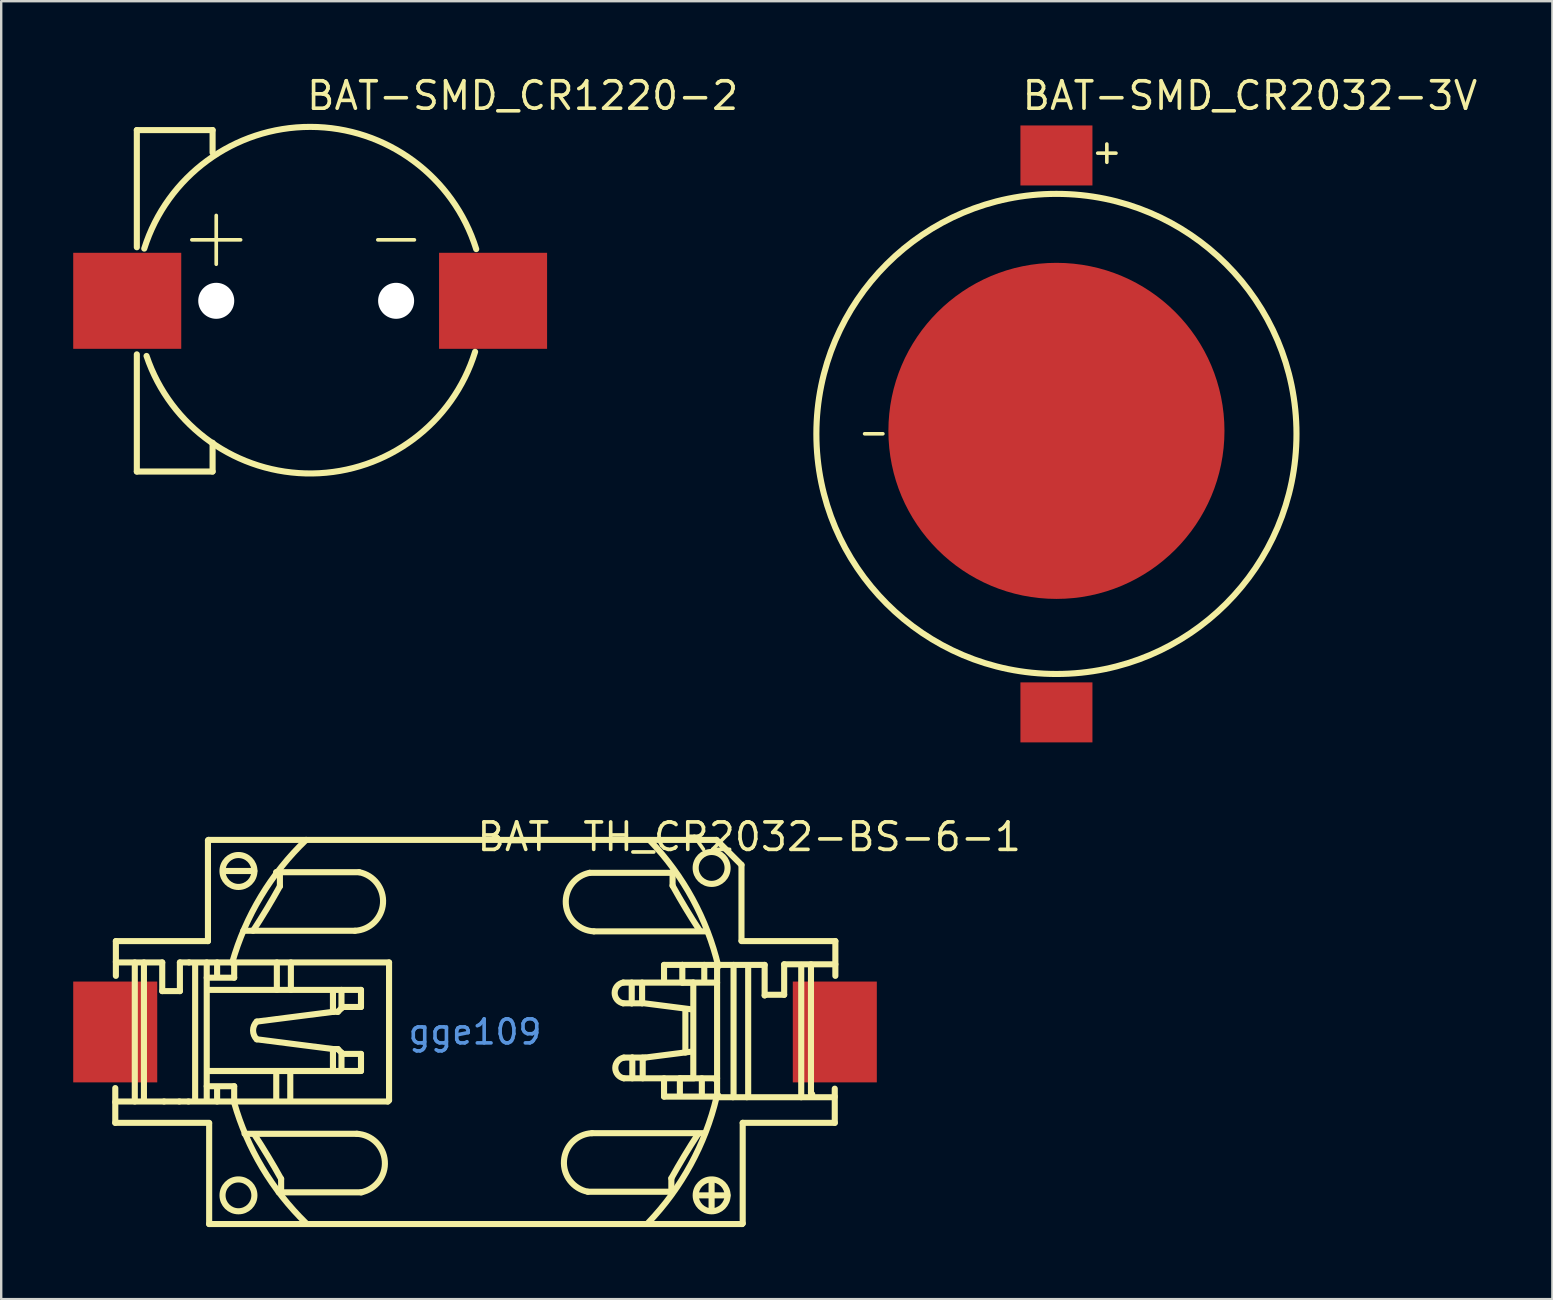
<source format=kicad_pcb>
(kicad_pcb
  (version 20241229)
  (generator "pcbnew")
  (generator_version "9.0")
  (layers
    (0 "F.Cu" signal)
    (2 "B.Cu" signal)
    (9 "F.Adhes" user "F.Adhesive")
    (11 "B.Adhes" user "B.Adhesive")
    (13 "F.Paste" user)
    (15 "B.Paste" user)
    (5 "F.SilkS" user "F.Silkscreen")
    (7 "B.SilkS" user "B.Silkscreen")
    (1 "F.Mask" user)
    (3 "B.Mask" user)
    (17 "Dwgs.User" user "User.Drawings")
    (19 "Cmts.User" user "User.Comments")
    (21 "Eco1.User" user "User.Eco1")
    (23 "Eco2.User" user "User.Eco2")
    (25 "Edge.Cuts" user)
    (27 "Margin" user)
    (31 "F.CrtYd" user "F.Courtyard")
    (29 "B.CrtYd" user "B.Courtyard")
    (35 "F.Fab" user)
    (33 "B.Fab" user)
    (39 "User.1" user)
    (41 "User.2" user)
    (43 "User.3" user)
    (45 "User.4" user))
  (footprint "BAT-SMD_CR1220-2"
    (layer "F.Cu")
    (at 9.87 9.481)
    (property "Reference" "BAT-SMD_CR1220-2" (at -0.229 -8.545 0) (layer "F.SilkS") (effects (font (size 1.143 1.143) (thickness 0.152)) (justify left)))
    (attr smd)
    (fp_line (start -7.22 -7.112) (end -7.22 -2.231) (stroke (width 0.254) (type solid)) (layer "F.SilkS"))
    (fp_line (start -7.22 2.231) (end -7.22 7.112) (stroke (width 0.254) (type solid)) (layer "F.SilkS"))
    (fp_line (start -7.22 7.112) (end -4.064 7.112) (stroke (width 0.254) (type solid)) (layer "F.SilkS"))
    (fp_line (start -4.928 -2.54) (end -2.896 -2.54) (stroke (width 0.152) (type solid)) (layer "F.SilkS"))
    (fp_line (start -4.064 -7.112) (end -7.22 -7.112) (stroke (width 0.254) (type solid)) (layer "F.SilkS"))
    (fp_line (start -4.064 -6.171) (end -4.064 -7.112) (stroke (width 0.254) (type solid)) (layer "F.SilkS"))
    (fp_line (start -4.064 7.112) (end -4.064 5.912) (stroke (width 0.254) (type solid)) (layer "F.SilkS"))
    (fp_line (start -3.912 -1.524) (end -3.912 -3.556) (stroke (width 0.152) (type solid)) (layer "F.SilkS"))
    (fp_line (start 2.819 -2.54) (end 4.343 -2.54) (stroke (width 0.152) (type solid)) (layer "F.SilkS"))
    (fp_arc (start -6.911035 -2.175104) (mid 0.011026 -7.245245) (end 6.917613 -2.154046) (stroke (width 0.254) (type solid)) (layer "F.SilkS"))
    (fp_arc (start 6.871487 2.123923) (mid 0.091181 7.191681) (end -6.81543 2.297455) (stroke (width 0.254) (type solid)) (layer "F.SilkS"))
    (pad "" np_thru_hole circle (at -3.912 0) (size 1.5 1.5) (drill 1.5) (layers "*.Cu" "*.Mask"))
    (pad "" np_thru_hole circle (at 3.581 0) (size 1.5 1.5) (drill 1.5) (layers "*.Cu" "*.Mask"))
    (pad "1" smd rect (at -7.62 0 180) (size 4.5 4) (layers "F.Cu" "F.Mask" "F.Paste"))
    (pad "2" smd rect (at 7.62 0 180) (size 4.5 4) (layers "F.Cu" "F.Mask" "F.Paste")))
  (footprint "BAT-SMD_CR2032-3V"
    (layer "F.Cu")
    (at 40.958 15.026)
    (property "Reference" "BAT-SMD_CR2032-3V" (at -1.51 -14.09 0) (layer "F.SilkS") (effects (font (size 1.143 1.143) (thickness 0.152)) (justify left)))
    (attr smd)
    (fp_circle (center 0 0) (end 0 10) (stroke (width 0.254) (type solid)) (fill no) (layer "F.SilkS"))
    (fp_text user "+" (at 2.1 -11.77 0) (layer "F.SilkS") (effects (font (size 1 1) (thickness 0.15))))
    (fp_text user "-" (at -7.61 -0.08 0) (layer "F.SilkS") (effects (font (size 1 1) (thickness 0.15))))
    (pad "1" smd rect (at 0 -11.6) (size 3 2.5) (layers "F.Cu" "F.Mask" "F.Paste"))
    (pad "1" smd rect (at 0 11.6) (size 3 2.5) (layers "F.Cu" "F.Mask" "F.Paste"))
    (pad "2" smd circle (at 0 -0.127) (size 14 14) (layers "F.Cu" "F.Mask" "F.Paste")))
  (footprint "BAT-TH_CR2032-BS-6-1"
    (layer "F.Cu")
    (at 16.738 39.939)
    (property "Reference" "BAT-TH_CR2032-BS-6-1" (at 0 -8.128 0) (layer "F.SilkS") (effects (font (size 1.143 1.143) (thickness 0.152)) (justify left)))
    (attr smd)
    (fp_line (start -14.986 2.921) (end -14.961 2.896) (stroke (width 0.254) (type solid)) (layer "F.SilkS"))
    (fp_line (start -14.986 3.785) (end -14.986 2.337) (stroke (width 0.254) (type solid)) (layer "F.SilkS"))
    (fp_line (start -14.961 -3.785) (end -14.961 -2.337) (stroke (width 0.254) (type solid)) (layer "F.SilkS"))
    (fp_line (start -14.961 2.896) (end -12.954 2.896) (stroke (width 0.254) (type solid)) (layer "F.SilkS"))
    (fp_line (start -14.935 -2.896) (end -14.961 -2.921) (stroke (width 0.254) (type solid)) (layer "F.SilkS"))
    (fp_line (start -14.173 2.896) (end -14.173 -2.896) (stroke (width 0.254) (type solid)) (layer "F.SilkS"))
    (fp_line (start -13.792 2.87) (end -13.792 -2.896) (stroke (width 0.254) (type solid)) (layer "F.SilkS"))
    (fp_line (start -13.03 -2.896) (end -14.935 -2.896) (stroke (width 0.254) (type solid)) (layer "F.SilkS"))
    (fp_line (start -13.03 -1.702) (end -13.03 -2.896) (stroke (width 0.254) (type solid)) (layer "F.SilkS"))
    (fp_line (start -12.954 2.896) (end -12.319 2.896) (stroke (width 0.254) (type solid)) (layer "F.SilkS"))
    (fp_line (start -12.319 2.896) (end -11.938 2.896) (stroke (width 0.254) (type solid)) (layer "F.SilkS"))
    (fp_line (start -12.294 -2.896) (end -12.294 -1.702) (stroke (width 0.254) (type solid)) (layer "F.SilkS"))
    (fp_line (start -12.294 -1.702) (end -13.03 -1.702) (stroke (width 0.254) (type solid)) (layer "F.SilkS"))
    (fp_line (start -11.938 2.896) (end -3.632 2.896) (stroke (width 0.254) (type solid)) (layer "F.SilkS"))
    (fp_line (start -11.913 -2.896) (end -12.294 -2.896) (stroke (width 0.254) (type solid)) (layer "F.SilkS"))
    (fp_line (start -11.659 2.794) (end -11.659 -2.819) (stroke (width 0.254) (type solid)) (layer "F.SilkS"))
    (fp_line (start -11.176 2.845) (end -11.176 -2.896) (stroke (width 0.254) (type solid)) (layer "F.SilkS"))
    (fp_line (start -11.125 -7.976) (end -11.125 -3.785) (stroke (width 0.254) (type solid)) (layer "F.SilkS"))
    (fp_line (start -11.125 -3.785) (end -14.961 -3.785) (stroke (width 0.254) (type solid)) (layer "F.SilkS"))
    (fp_line (start -11.1 -8.001) (end -11.125 -7.976) (stroke (width 0.254) (type solid)) (layer "F.SilkS"))
    (fp_line (start -11.075 3.785) (end -14.986 3.785) (stroke (width 0.254) (type solid)) (layer "F.SilkS"))
    (fp_line (start -11.075 8.001) (end -11.075 3.81) (stroke (width 0.254) (type solid)) (layer "F.SilkS"))
    (fp_line (start -10.744 -2.311) (end -10.744 -2.896) (stroke (width 0.254) (type solid)) (layer "F.SilkS"))
    (fp_line (start -10.744 2.896) (end -10.744 2.311) (stroke (width 0.254) (type solid)) (layer "F.SilkS"))
    (fp_line (start -10.033 -2.799) (end -10.033 -2.261) (stroke (width 0.254) (type solid)) (layer "F.SilkS"))
    (fp_line (start -10.033 -2.261) (end -11.176 -2.261) (stroke (width 0.254) (type solid)) (layer "F.SilkS"))
    (fp_line (start -10.033 2.261) (end -11.176 2.261) (stroke (width 0.254) (type solid)) (layer "F.SilkS"))
    (fp_line (start -10.033 2.799) (end -10.033 2.261) (stroke (width 0.254) (type solid)) (layer "F.SilkS"))
    (fp_line (start -9.195 -6.706) (end -10.49 -6.706) (stroke (width 0.254) (type solid)) (layer "F.SilkS"))
    (fp_line (start -9.093 -0.432) (end -5.918 -0.838) (stroke (width 0.254) (type solid)) (layer "F.SilkS"))
    (fp_line (start -9.093 0.305) (end -5.918 0.711) (stroke (width 0.254) (type solid)) (layer "F.SilkS"))
    (fp_line (start -8.28 -6.655) (end -4.826 -6.655) (stroke (width 0.254) (type solid)) (layer "F.SilkS"))
    (fp_line (start -8.28 2.819) (end -8.28 1.676) (stroke (width 0.254) (type solid)) (layer "F.SilkS"))
    (fp_line (start -8.255 -1.753) (end -8.255 -2.896) (stroke (width 0.254) (type solid)) (layer "F.SilkS"))
    (fp_line (start -8.128 -6.655) (end -8.28 -6.655) (stroke (width 0.254) (type solid)) (layer "F.SilkS"))
    (fp_line (start -8.128 -6.071) (end -8.128 -6.655) (stroke (width 0.254) (type solid)) (layer "F.SilkS"))
    (fp_line (start -8.077 6.706) (end -8.077 6.121) (stroke (width 0.254) (type solid)) (layer "F.SilkS"))
    (fp_line (start -7.696 2.819) (end -7.696 1.676) (stroke (width 0.254) (type solid)) (layer "F.SilkS"))
    (fp_line (start -7.671 -1.753) (end -7.671 -2.896) (stroke (width 0.254) (type solid)) (layer "F.SilkS"))
    (fp_line (start -5.918 -0.838) (end -5.918 -1.727) (stroke (width 0.254) (type solid)) (layer "F.SilkS"))
    (fp_line (start -5.918 -0.838) (end -5.715 -0.838) (stroke (width 0.254) (type solid)) (layer "F.SilkS"))
    (fp_line (start -5.918 0.711) (end -5.715 0.711) (stroke (width 0.254) (type solid)) (layer "F.SilkS"))
    (fp_line (start -5.918 1.6) (end -5.918 0.711) (stroke (width 0.254) (type solid)) (layer "F.SilkS"))
    (fp_line (start -5.715 -0.838) (end -5.512 -1.041) (stroke (width 0.254) (type solid)) (layer "F.SilkS"))
    (fp_line (start -5.715 0.711) (end -5.512 0.914) (stroke (width 0.254) (type solid)) (layer "F.SilkS"))
    (fp_line (start -5.563 -0.991) (end -5.563 -1.753) (stroke (width 0.254) (type solid)) (layer "F.SilkS"))
    (fp_line (start -5.563 1.626) (end -5.563 0.864) (stroke (width 0.254) (type solid)) (layer "F.SilkS"))
    (fp_line (start -5.512 -1.041) (end -4.75 -1.041) (stroke (width 0.254) (type solid)) (layer "F.SilkS"))
    (fp_line (start -5.512 0.914) (end -4.75 0.914) (stroke (width 0.254) (type solid)) (layer "F.SilkS"))
    (fp_line (start -5.004 -4.216) (end -9.652 -4.216) (stroke (width 0.254) (type solid)) (layer "F.SilkS"))
    (fp_line (start -4.902 4.242) (end -9.601 4.242) (stroke (width 0.254) (type solid)) (layer "F.SilkS"))
    (fp_line (start -4.75 -1.753) (end -11.151 -1.753) (stroke (width 0.254) (type solid)) (layer "F.SilkS"))
    (fp_line (start -4.75 -1.245) (end -4.75 -1.753) (stroke (width 0.254) (type solid)) (layer "F.SilkS"))
    (fp_line (start -4.75 -1.041) (end -4.75 -1.245) (stroke (width 0.254) (type solid)) (layer "F.SilkS"))
    (fp_line (start -4.75 0.914) (end -4.75 1.118) (stroke (width 0.254) (type solid)) (layer "F.SilkS"))
    (fp_line (start -4.75 1.118) (end -4.75 1.626) (stroke (width 0.254) (type solid)) (layer "F.SilkS"))
    (fp_line (start -4.75 1.626) (end -11.151 1.626) (stroke (width 0.254) (type solid)) (layer "F.SilkS"))
    (fp_line (start -4.724 6.68) (end -8.179 6.68) (stroke (width 0.254) (type solid)) (layer "F.SilkS"))
    (fp_line (start -3.632 2.896) (end -3.581 2.845) (stroke (width 0.254) (type solid)) (layer "F.SilkS"))
    (fp_line (start -3.581 -2.896) (end -11.913 -2.896) (stroke (width 0.254) (type solid)) (layer "F.SilkS"))
    (fp_line (start -3.581 2.845) (end -3.581 -2.896) (stroke (width 0.254) (type solid)) (layer "F.SilkS"))
    (fp_line (start 6.528 -1.194) (end 6.172 -1.194) (stroke (width 0.254) (type solid)) (layer "F.SilkS"))
    (fp_line (start 6.528 -1.194) (end 6.528 -2.057) (stroke (width 0.254) (type solid)) (layer "F.SilkS"))
    (fp_line (start 6.553 1.067) (end 6.198 1.067) (stroke (width 0.254) (type solid)) (layer "F.SilkS"))
    (fp_line (start 6.553 1.067) (end 7.082 1.067) (stroke (width 0.254) (type solid)) (layer "F.SilkS"))
    (fp_line (start 6.553 1.93) (end 6.553 1.067) (stroke (width 0.254) (type solid)) (layer "F.SilkS"))
    (fp_line (start 6.96 -2.057) (end 6.96 -1.194) (stroke (width 0.254) (type solid)) (layer "F.SilkS"))
    (fp_line (start 6.96 -1.194) (end 6.528 -1.194) (stroke (width 0.254) (type solid)) (layer "F.SilkS"))
    (fp_line (start 6.985 1.93) (end 6.985 1.067) (stroke (width 0.254) (type solid)) (layer "F.SilkS"))
    (fp_line (start 7.082 1.067) (end 9.065 0.813) (stroke (width 0.254) (type solid)) (layer "F.SilkS"))
    (fp_line (start 7.874 -2.794) (end 8.636 -2.794) (stroke (width 0.254) (type solid)) (layer "F.SilkS"))
    (fp_line (start 7.874 -2.108) (end 7.874 -2.794) (stroke (width 0.254) (type solid)) (layer "F.SilkS"))
    (fp_line (start 7.874 2.692) (end 7.874 1.93) (stroke (width 0.254) (type solid)) (layer "F.SilkS"))
    (fp_line (start 8.153 6.655) (end 4.699 6.655) (stroke (width 0.254) (type solid)) (layer "F.SilkS"))
    (fp_line (start 8.179 6.68) (end 8.179 6.096) (stroke (width 0.254) (type solid)) (layer "F.SilkS"))
    (fp_line (start 8.23 -6.629) (end 4.775 -6.629) (stroke (width 0.254) (type solid)) (layer "F.SilkS"))
    (fp_line (start 8.23 -6.096) (end 8.23 -6.68) (stroke (width 0.254) (type solid)) (layer "F.SilkS"))
    (fp_line (start 8.534 1.93) (end 8.534 2.667) (stroke (width 0.254) (type solid)) (layer "F.SilkS"))
    (fp_line (start 8.636 -2.794) (end 8.636 -2.057) (stroke (width 0.254) (type solid)) (layer "F.SilkS"))
    (fp_line (start 8.636 -2.057) (end 10.084 -2.057) (stroke (width 0.254) (type solid)) (layer "F.SilkS"))
    (fp_line (start 8.763 0.855) (end 8.763 -0.94) (stroke (width 0.254) (type solid)) (layer "F.SilkS"))
    (fp_line (start 9.039 -0.94) (end 6.915 -1.212) (stroke (width 0.254) (type solid)) (layer "F.SilkS"))
    (fp_line (start 9.093 -2.057) (end 6.172 -2.057) (stroke (width 0.254) (type solid)) (layer "F.SilkS"))
    (fp_line (start 9.093 1.854) (end 9.093 -2.057) (stroke (width 0.254) (type solid)) (layer "F.SilkS"))
    (fp_line (start 9.119 1.93) (end 6.198 1.93) (stroke (width 0.254) (type solid)) (layer "F.SilkS"))
    (fp_line (start 9.449 2.642) (end 9.449 1.93) (stroke (width 0.254) (type solid)) (layer "F.SilkS"))
    (fp_line (start 9.55 -2.083) (end 9.55 -2.794) (stroke (width 0.254) (type solid)) (layer "F.SilkS"))
    (fp_line (start 9.576 4.216) (end 4.877 4.216) (stroke (width 0.254) (type solid)) (layer "F.SilkS"))
    (fp_line (start 9.652 -4.191) (end 4.953 -4.191) (stroke (width 0.254) (type solid)) (layer "F.SilkS"))
    (fp_line (start 9.855 7.442) (end 9.855 6.172) (stroke (width 0.254) (type solid)) (layer "F.SilkS"))
    (fp_line (start 9.982 1.93) (end 8.534 1.93) (stroke (width 0.254) (type solid)) (layer "F.SilkS"))
    (fp_line (start 10.058 -8.001) (end -11.1 -8.001) (stroke (width 0.254) (type solid)) (layer "F.SilkS"))
    (fp_line (start 10.084 -2.794) (end 8.636 -2.794) (stroke (width 0.254) (type solid)) (layer "F.SilkS"))
    (fp_line (start 10.084 -2.794) (end 10.084 2.692) (stroke (width 0.254) (type solid)) (layer "F.SilkS"))
    (fp_line (start 10.084 2.692) (end 7.874 2.692) (stroke (width 0.254) (type solid)) (layer "F.SilkS"))
    (fp_line (start 10.516 6.807) (end 9.271 6.807) (stroke (width 0.254) (type solid)) (layer "F.SilkS"))
    (fp_line (start 10.77 2.692) (end 10.77 -2.794) (stroke (width 0.254) (type solid)) (layer "F.SilkS"))
    (fp_line (start 11.1 -6.959) (end 10.058 -8.001) (stroke (width 0.254) (type solid)) (layer "F.SilkS"))
    (fp_line (start 11.1 -3.81) (end 11.1 -6.959) (stroke (width 0.254) (type solid)) (layer "F.SilkS"))
    (fp_line (start 11.125 8.001) (end -11.075 8.001) (stroke (width 0.254) (type solid)) (layer "F.SilkS"))
    (fp_line (start 11.151 3.785) (end 11.151 7.976) (stroke (width 0.254) (type solid)) (layer "F.SilkS"))
    (fp_line (start 11.151 7.976) (end 11.125 8.001) (stroke (width 0.254) (type solid)) (layer "F.SilkS"))
    (fp_line (start 11.379 2.667) (end 11.379 -2.743) (stroke (width 0.254) (type solid)) (layer "F.SilkS"))
    (fp_line (start 12.065 -2.794) (end 10.084 -2.794) (stroke (width 0.254) (type solid)) (layer "F.SilkS"))
    (fp_line (start 12.065 -1.524) (end 12.065 -2.794) (stroke (width 0.254) (type solid)) (layer "F.SilkS"))
    (fp_line (start 12.878 -2.819) (end 12.878 -1.549) (stroke (width 0.254) (type solid)) (layer "F.SilkS"))
    (fp_line (start 12.878 -1.549) (end 12.09 -1.549) (stroke (width 0.254) (type solid)) (layer "F.SilkS"))
    (fp_line (start 13.589 2.718) (end 13.589 -2.794) (stroke (width 0.254) (type solid)) (layer "F.SilkS"))
    (fp_line (start 13.995 2.54) (end 13.995 -2.819) (stroke (width 0.254) (type solid)) (layer "F.SilkS"))
    (fp_line (start 14.959 2.719) (end 10.084 2.719) (stroke (width 0.254) (type solid)) (layer "F.SilkS"))
    (fp_line (start 14.986 2.362) (end 14.986 3.785) (stroke (width 0.254) (type solid)) (layer "F.SilkS"))
    (fp_line (start 14.986 3.785) (end 11.151 3.785) (stroke (width 0.254) (type solid)) (layer "F.SilkS"))
    (fp_line (start 15.011 -3.785) (end 11.1 -3.785) (stroke (width 0.254) (type solid)) (layer "F.SilkS"))
    (fp_line (start 15.011 -2.819) (end 12.878 -2.819) (stroke (width 0.254) (type solid)) (layer "F.SilkS"))
    (fp_line (start 15.011 -2.337) (end 15.011 -3.785) (stroke (width 0.254) (type solid)) (layer "F.SilkS"))
    (fp_arc (start -10.117 -2.883) (mid -8.918594 -5.647925) (end -7.036029 -8.000994) (stroke (width 0.254) (type solid)) (layer "F.SilkS"))
    (fp_arc (start -9.848 -7.371) (mid -9.853645 -6.040973) (end -9.860709 -7.370993) (stroke (width 0.254) (type solid)) (layer "F.SilkS"))
    (fp_arc (start -9.848 6.142) (mid -9.853655 7.470027) (end -9.86069 6.142007) (stroke (width 0.254) (type solid)) (layer "F.SilkS"))
    (fp_arc (start -9.195 4.267) (mid -8.618816 5.183666) (end -8.077361 6.121265) (stroke (width 0.254) (type solid)) (layer "F.SilkS"))
    (fp_arc (start -9.093 0.305) (mid -9.246138 -0.063293) (end -9.094 -0.432) (stroke (width 0.254) (type solid)) (layer "F.SilkS"))
    (fp_arc (start -8.128 -6.071) (mid -8.669427 -5.133387) (end -9.245585 -4.216706) (stroke (width 0.254) (type solid)) (layer "F.SilkS"))
    (fp_arc (start -7.046 7.958) (mid -8.866311 5.647069) (end -10.032921 2.946522) (stroke (width 0.254) (type solid)) (layer "F.SilkS"))
    (fp_arc (start -4.928 4.242) (mid -3.756993 5.38173) (end -4.748751 6.680443) (stroke (width 0.254) (type solid)) (layer "F.SilkS"))
    (fp_arc (start -4.826 -6.655) (mid -3.83347 -5.356043) (end -5.004626 -4.215518) (stroke (width 0.254) (type solid)) (layer "F.SilkS"))
    (fp_arc (start 4.699 6.655) (mid 3.70647 5.356043) (end 4.877626 4.215518) (stroke (width 0.254) (type solid)) (layer "F.SilkS"))
    (fp_arc (start 4.953 -4.191) (mid 3.782874 -5.331722) (end 4.775722 -6.62968) (stroke (width 0.254) (type solid)) (layer "F.SilkS"))
    (fp_arc (start 6.172 -1.194) (mid 5.816718 -1.62664) (end 6.173256 -2.058245) (stroke (width 0.254) (type solid)) (layer "F.SilkS"))
    (fp_arc (start 6.198 1.93) (mid 5.842891 1.49915) (end 6.197706 1.068057) (stroke (width 0.254) (type solid)) (layer "F.SilkS"))
    (fp_arc (start 7.287 -7.973) (mid 9.059117 -5.547876) (end 10.134474 -2.743374) (stroke (width 0.254) (type solid)) (layer "F.SilkS"))
    (fp_arc (start 8.179 6.096) (mid 8.720465 5.158388) (end 9.296659 4.241708) (stroke (width 0.254) (type solid)) (layer "F.SilkS"))
    (fp_arc (start 9.347 -4.242) (mid 8.770816 -5.158666) (end 8.229361 -6.096265) (stroke (width 0.254) (type solid)) (layer "F.SilkS"))
    (fp_arc (start 9.863 -7.498) (mid 9.855355 -6.167963) (end 9.85029 -7.498012) (stroke (width 0.254) (type solid)) (layer "F.SilkS"))
    (fp_arc (start 9.863 6.142) (mid 9.855345 7.470037) (end 9.85031 6.141987) (stroke (width 0.254) (type solid)) (layer "F.SilkS"))
    (fp_arc (start 10.033 1.981) (mid 10.047938 1.944938) (end 10.084 1.93) (stroke (width 0.254) (type solid)) (layer "F.SilkS"))
    (fp_arc (start 10.061 2.72) (mid 8.985722 5.524653) (end 7.213643 7.949943) (stroke (width 0.254) (type solid)) (layer "F.SilkS"))
    (fp_arc (start 10.135 -2.743) (mid 10.149645 -2.778355) (end 10.185 -2.793) (stroke (width 0.254) (type solid)) (layer "F.SilkS"))
    (fp_arc (start 10.135 2.644) (mid 10.114174 2.697905) (end 10.061209 2.721017) (stroke (width 0.254) (type solid)) (layer "F.SilkS"))
    (fp_arc (start 10.77 2.692) (mid 10.762385 2.710385) (end 10.744 2.718) (stroke (width 0.254) (type solid)) (layer "F.SilkS"))
    (fp_arc (start 11.379 2.667) (mid 11.364062 2.703062) (end 11.328 2.718) (stroke (width 0.254) (type solid)) (layer "F.SilkS"))
    (fp_arc (start 12.065 -1.524) (mid 12.072322 -1.541678) (end 12.09 -1.549) (stroke (width 0.254) (type solid)) (layer "F.SilkS"))
    (fp_arc (start 14.046 2.591) (mid 14.009938 2.576062) (end 13.995 2.54) (stroke (width 0.254) (type solid)) (layer "F.SilkS"))
    (fp_arc (start 14.986 2.692) (mid 14.978162 2.712048) (end 14.958161 2.720005) (stroke (width 0.254) (type solid)) (layer "F.SilkS"))
    (fp_text user "gge109" (at 0 0 0) (layer "Cmts.User") (effects (font (size 1 1) (thickness 0.15))))
    (pad "1" smd rect (at 14.988 0) (size 3.5 4.2) (layers "F.Cu" "F.Mask" "F.Paste"))
    (pad "2" smd rect (at -14.988 0) (size 3.5 4.2) (layers "F.Cu" "F.Mask" "F.Paste")))
  (gr_rect
    (start -3 -3)
    (end 61.618 51.067)
    (stroke (width 0.1) (type default))
    (fill no)
    (layer "Edge.Cuts")))
</source>
